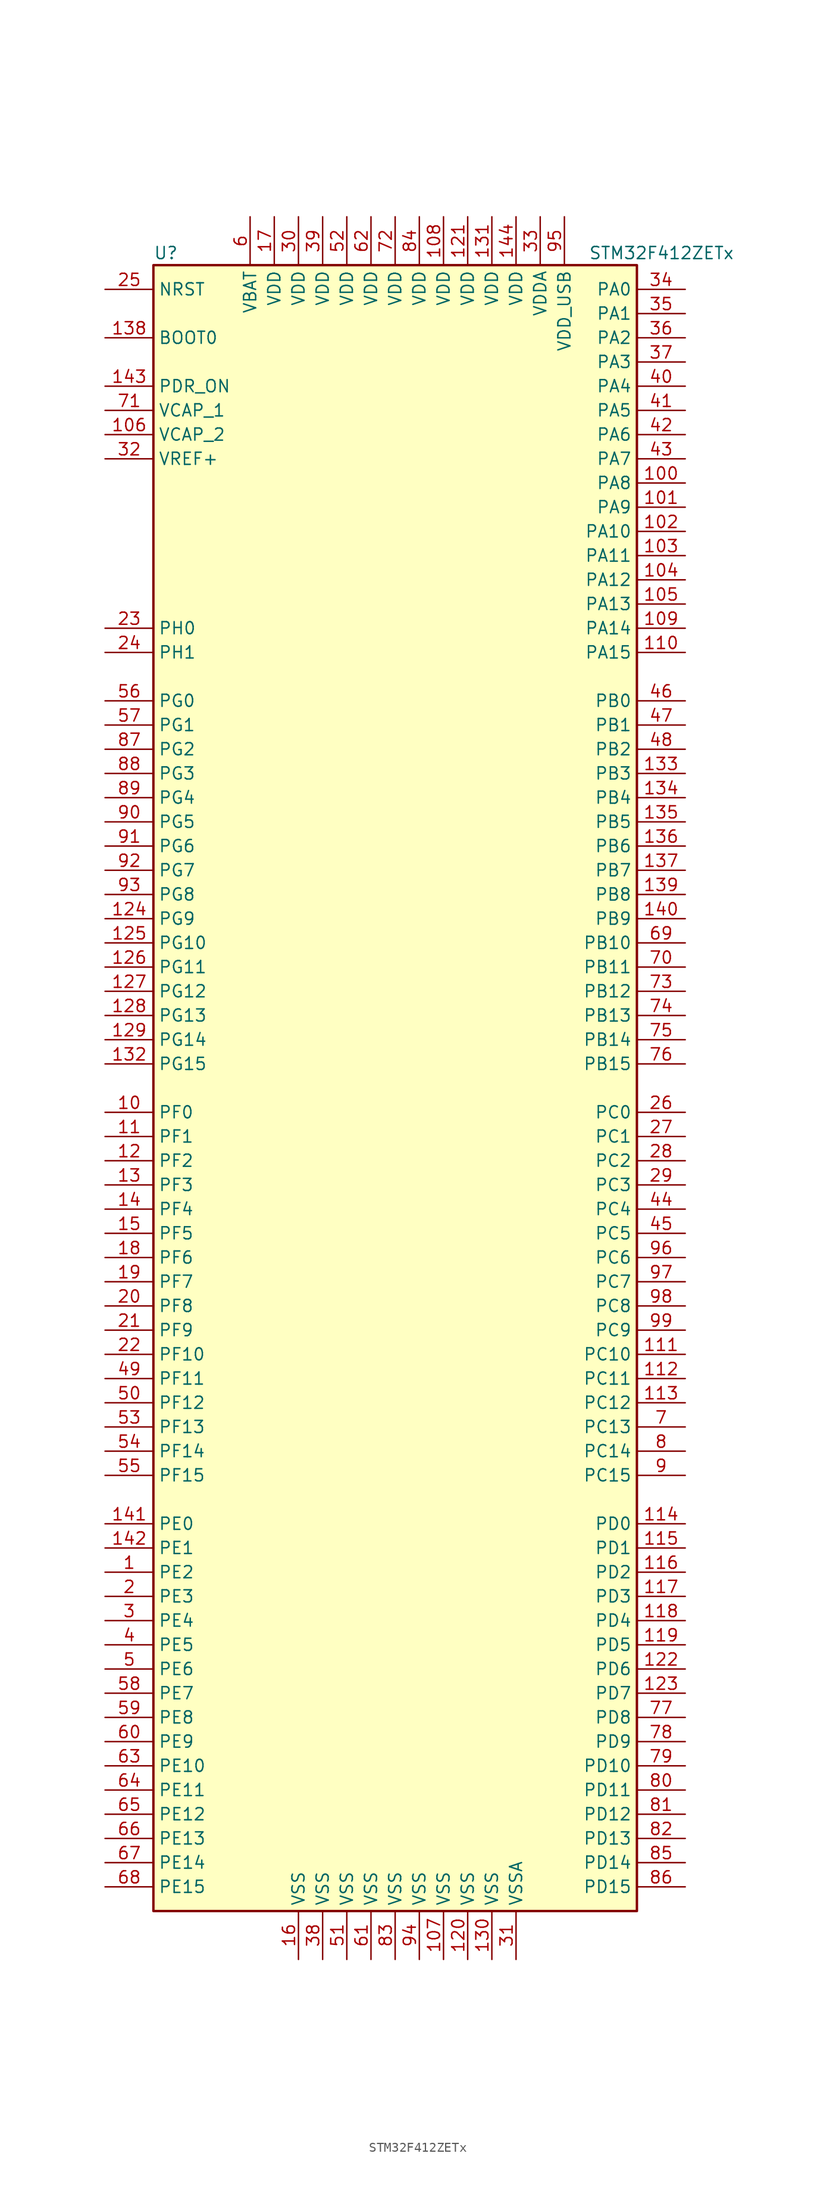
<source format=kicad_sym>
(kicad_symbol_lib
  (version 20201005)
  (generator kicad_symbol_editor)
  (symbol "STM32F412ZETx"
    (property "Reference" "U"
      (at -25.4 87.63 0)
      (effects (font (size 1.27 1.27)) (justify left)))
    (property "Value" "STM32F412ZETx"
      (at 20.32 87.63 0)
      (effects (font (size 1.27 1.27)) (justify left)))
    (symbol "STM32F412ZETx_0_1"
      (rectangle (start -25.4 -86.36) (end 25.4 86.36) (stroke (width 0.254)) (fill (type background))))
    (symbol "STM32F412ZETx_1_1"
      (pin bidirectional line (at -30.48 -50.8 0) (length 5.08) (name "PE2" (effects (font (size 1.27 1.27)))) (number "1" (effects (font (size 1.27 1.27)))))
      (pin bidirectional line (at -30.48 -2.54 0) (length 5.08) (name "PF0" (effects (font (size 1.27 1.27)))) (number "10" (effects (font (size 1.27 1.27)))))
      (pin bidirectional line (at 30.48 63.5 180) (length 5.08) (name "PA8" (effects (font (size 1.27 1.27)))) (number "100" (effects (font (size 1.27 1.27)))))
      (pin bidirectional line (at 30.48 60.96 180) (length 5.08) (name "PA9" (effects (font (size 1.27 1.27)))) (number "101" (effects (font (size 1.27 1.27)))))
      (pin bidirectional line (at 30.48 58.42 180) (length 5.08) (name "PA10" (effects (font (size 1.27 1.27)))) (number "102" (effects (font (size 1.27 1.27)))))
      (pin bidirectional line (at 30.48 55.88 180) (length 5.08) (name "PA11" (effects (font (size 1.27 1.27)))) (number "103" (effects (font (size 1.27 1.27)))))
      (pin bidirectional line (at 30.48 53.34 180) (length 5.08) (name "PA12" (effects (font (size 1.27 1.27)))) (number "104" (effects (font (size 1.27 1.27)))))
      (pin bidirectional line (at 30.48 50.8 180) (length 5.08) (name "PA13" (effects (font (size 1.27 1.27)))) (number "105" (effects (font (size 1.27 1.27)))))
      (pin power_in line (at -30.48 68.58 0) (length 5.08) (name "VCAP_2" (effects (font (size 1.27 1.27)))) (number "106" (effects (font (size 1.27 1.27)))))
      (pin power_in line (at 5.08 -91.44 90) (length 5.08) (name "VSS" (effects (font (size 1.27 1.27)))) (number "107" (effects (font (size 1.27 1.27)))))
      (pin power_in line (at 5.08 91.44 270) (length 5.08) (name "VDD" (effects (font (size 1.27 1.27)))) (number "108" (effects (font (size 1.27 1.27)))))
      (pin bidirectional line (at 30.48 48.26 180) (length 5.08) (name "PA14" (effects (font (size 1.27 1.27)))) (number "109" (effects (font (size 1.27 1.27)))))
      (pin bidirectional line (at -30.48 -5.08 0) (length 5.08) (name "PF1" (effects (font (size 1.27 1.27)))) (number "11" (effects (font (size 1.27 1.27)))))
      (pin bidirectional line (at 30.48 45.72 180) (length 5.08) (name "PA15" (effects (font (size 1.27 1.27)))) (number "110" (effects (font (size 1.27 1.27)))))
      (pin bidirectional line (at 30.48 -27.94 180) (length 5.08) (name "PC10" (effects (font (size 1.27 1.27)))) (number "111" (effects (font (size 1.27 1.27)))))
      (pin bidirectional line (at 30.48 -30.48 180) (length 5.08) (name "PC11" (effects (font (size 1.27 1.27)))) (number "112" (effects (font (size 1.27 1.27)))))
      (pin bidirectional line (at 30.48 -33.02 180) (length 5.08) (name "PC12" (effects (font (size 1.27 1.27)))) (number "113" (effects (font (size 1.27 1.27)))))
      (pin bidirectional line (at 30.48 -45.72 180) (length 5.08) (name "PD0" (effects (font (size 1.27 1.27)))) (number "114" (effects (font (size 1.27 1.27)))))
      (pin bidirectional line (at 30.48 -48.26 180) (length 5.08) (name "PD1" (effects (font (size 1.27 1.27)))) (number "115" (effects (font (size 1.27 1.27)))))
      (pin bidirectional line (at 30.48 -50.8 180) (length 5.08) (name "PD2" (effects (font (size 1.27 1.27)))) (number "116" (effects (font (size 1.27 1.27)))))
      (pin bidirectional line (at 30.48 -53.34 180) (length 5.08) (name "PD3" (effects (font (size 1.27 1.27)))) (number "117" (effects (font (size 1.27 1.27)))))
      (pin bidirectional line (at 30.48 -55.88 180) (length 5.08) (name "PD4" (effects (font (size 1.27 1.27)))) (number "118" (effects (font (size 1.27 1.27)))))
      (pin bidirectional line (at 30.48 -58.42 180) (length 5.08) (name "PD5" (effects (font (size 1.27 1.27)))) (number "119" (effects (font (size 1.27 1.27)))))
      (pin bidirectional line (at -30.48 -7.62 0) (length 5.08) (name "PF2" (effects (font (size 1.27 1.27)))) (number "12" (effects (font (size 1.27 1.27)))))
      (pin power_in line (at 7.62 -91.44 90) (length 5.08) (name "VSS" (effects (font (size 1.27 1.27)))) (number "120" (effects (font (size 1.27 1.27)))))
      (pin power_in line (at 7.62 91.44 270) (length 5.08) (name "VDD" (effects (font (size 1.27 1.27)))) (number "121" (effects (font (size 1.27 1.27)))))
      (pin bidirectional line (at 30.48 -60.96 180) (length 5.08) (name "PD6" (effects (font (size 1.27 1.27)))) (number "122" (effects (font (size 1.27 1.27)))))
      (pin bidirectional line (at 30.48 -63.5 180) (length 5.08) (name "PD7" (effects (font (size 1.27 1.27)))) (number "123" (effects (font (size 1.27 1.27)))))
      (pin bidirectional line (at -30.48 17.78 0) (length 5.08) (name "PG9" (effects (font (size 1.27 1.27)))) (number "124" (effects (font (size 1.27 1.27)))))
      (pin bidirectional line (at -30.48 15.24 0) (length 5.08) (name "PG10" (effects (font (size 1.27 1.27)))) (number "125" (effects (font (size 1.27 1.27)))))
      (pin bidirectional line (at -30.48 12.7 0) (length 5.08) (name "PG11" (effects (font (size 1.27 1.27)))) (number "126" (effects (font (size 1.27 1.27)))))
      (pin bidirectional line (at -30.48 10.16 0) (length 5.08) (name "PG12" (effects (font (size 1.27 1.27)))) (number "127" (effects (font (size 1.27 1.27)))))
      (pin bidirectional line (at -30.48 7.62 0) (length 5.08) (name "PG13" (effects (font (size 1.27 1.27)))) (number "128" (effects (font (size 1.27 1.27)))))
      (pin bidirectional line (at -30.48 5.08 0) (length 5.08) (name "PG14" (effects (font (size 1.27 1.27)))) (number "129" (effects (font (size 1.27 1.27)))))
      (pin bidirectional line (at -30.48 -10.16 0) (length 5.08) (name "PF3" (effects (font (size 1.27 1.27)))) (number "13" (effects (font (size 1.27 1.27)))))
      (pin power_in line (at 10.16 -91.44 90) (length 5.08) (name "VSS" (effects (font (size 1.27 1.27)))) (number "130" (effects (font (size 1.27 1.27)))))
      (pin power_in line (at 10.16 91.44 270) (length 5.08) (name "VDD" (effects (font (size 1.27 1.27)))) (number "131" (effects (font (size 1.27 1.27)))))
      (pin bidirectional line (at -30.48 2.54 0) (length 5.08) (name "PG15" (effects (font (size 1.27 1.27)))) (number "132" (effects (font (size 1.27 1.27)))))
      (pin bidirectional line (at 30.48 33.02 180) (length 5.08) (name "PB3" (effects (font (size 1.27 1.27)))) (number "133" (effects (font (size 1.27 1.27)))))
      (pin bidirectional line (at 30.48 30.48 180) (length 5.08) (name "PB4" (effects (font (size 1.27 1.27)))) (number "134" (effects (font (size 1.27 1.27)))))
      (pin bidirectional line (at 30.48 27.94 180) (length 5.08) (name "PB5" (effects (font (size 1.27 1.27)))) (number "135" (effects (font (size 1.27 1.27)))))
      (pin bidirectional line (at 30.48 25.4 180) (length 5.08) (name "PB6" (effects (font (size 1.27 1.27)))) (number "136" (effects (font (size 1.27 1.27)))))
      (pin bidirectional line (at 30.48 22.86 180) (length 5.08) (name "PB7" (effects (font (size 1.27 1.27)))) (number "137" (effects (font (size 1.27 1.27)))))
      (pin input line (at -30.48 78.74 0) (length 5.08) (name "BOOT0" (effects (font (size 1.27 1.27)))) (number "138" (effects (font (size 1.27 1.27)))))
      (pin bidirectional line (at 30.48 20.32 180) (length 5.08) (name "PB8" (effects (font (size 1.27 1.27)))) (number "139" (effects (font (size 1.27 1.27)))))
      (pin bidirectional line (at -30.48 -12.7 0) (length 5.08) (name "PF4" (effects (font (size 1.27 1.27)))) (number "14" (effects (font (size 1.27 1.27)))))
      (pin bidirectional line (at 30.48 17.78 180) (length 5.08) (name "PB9" (effects (font (size 1.27 1.27)))) (number "140" (effects (font (size 1.27 1.27)))))
      (pin bidirectional line (at -30.48 -45.72 0) (length 5.08) (name "PE0" (effects (font (size 1.27 1.27)))) (number "141" (effects (font (size 1.27 1.27)))))
      (pin bidirectional line (at -30.48 -48.26 0) (length 5.08) (name "PE1" (effects (font (size 1.27 1.27)))) (number "142" (effects (font (size 1.27 1.27)))))
      (pin power_in line (at -30.48 73.66 0) (length 5.08) (name "PDR_ON" (effects (font (size 1.27 1.27)))) (number "143" (effects (font (size 1.27 1.27)))))
      (pin power_in line (at 12.7 91.44 270) (length 5.08) (name "VDD" (effects (font (size 1.27 1.27)))) (number "144" (effects (font (size 1.27 1.27)))))
      (pin bidirectional line (at -30.48 -15.24 0) (length 5.08) (name "PF5" (effects (font (size 1.27 1.27)))) (number "15" (effects (font (size 1.27 1.27)))))
      (pin power_in line (at -10.16 -91.44 90) (length 5.08) (name "VSS" (effects (font (size 1.27 1.27)))) (number "16" (effects (font (size 1.27 1.27)))))
      (pin power_in line (at -12.7 91.44 270) (length 5.08) (name "VDD" (effects (font (size 1.27 1.27)))) (number "17" (effects (font (size 1.27 1.27)))))
      (pin bidirectional line (at -30.48 -17.78 0) (length 5.08) (name "PF6" (effects (font (size 1.27 1.27)))) (number "18" (effects (font (size 1.27 1.27)))))
      (pin bidirectional line (at -30.48 -20.32 0) (length 5.08) (name "PF7" (effects (font (size 1.27 1.27)))) (number "19" (effects (font (size 1.27 1.27)))))
      (pin bidirectional line (at -30.48 -53.34 0) (length 5.08) (name "PE3" (effects (font (size 1.27 1.27)))) (number "2" (effects (font (size 1.27 1.27)))))
      (pin bidirectional line (at -30.48 -22.86 0) (length 5.08) (name "PF8" (effects (font (size 1.27 1.27)))) (number "20" (effects (font (size 1.27 1.27)))))
      (pin bidirectional line (at -30.48 -25.4 0) (length 5.08) (name "PF9" (effects (font (size 1.27 1.27)))) (number "21" (effects (font (size 1.27 1.27)))))
      (pin bidirectional line (at -30.48 -27.94 0) (length 5.08) (name "PF10" (effects (font (size 1.27 1.27)))) (number "22" (effects (font (size 1.27 1.27)))))
      (pin input line (at -30.48 48.26 0) (length 5.08) (name "PH0" (effects (font (size 1.27 1.27)))) (number "23" (effects (font (size 1.27 1.27)))))
      (pin input line (at -30.48 45.72 0) (length 5.08) (name "PH1" (effects (font (size 1.27 1.27)))) (number "24" (effects (font (size 1.27 1.27)))))
      (pin input line (at -30.48 83.82 0) (length 5.08) (name "NRST" (effects (font (size 1.27 1.27)))) (number "25" (effects (font (size 1.27 1.27)))))
      (pin bidirectional line (at 30.48 -2.54 180) (length 5.08) (name "PC0" (effects (font (size 1.27 1.27)))) (number "26" (effects (font (size 1.27 1.27)))))
      (pin bidirectional line (at 30.48 -5.08 180) (length 5.08) (name "PC1" (effects (font (size 1.27 1.27)))) (number "27" (effects (font (size 1.27 1.27)))))
      (pin bidirectional line (at 30.48 -7.62 180) (length 5.08) (name "PC2" (effects (font (size 1.27 1.27)))) (number "28" (effects (font (size 1.27 1.27)))))
      (pin bidirectional line (at 30.48 -10.16 180) (length 5.08) (name "PC3" (effects (font (size 1.27 1.27)))) (number "29" (effects (font (size 1.27 1.27)))))
      (pin bidirectional line (at -30.48 -55.88 0) (length 5.08) (name "PE4" (effects (font (size 1.27 1.27)))) (number "3" (effects (font (size 1.27 1.27)))))
      (pin power_in line (at -10.16 91.44 270) (length 5.08) (name "VDD" (effects (font (size 1.27 1.27)))) (number "30" (effects (font (size 1.27 1.27)))))
      (pin power_in line (at 12.7 -91.44 90) (length 5.08) (name "VSSA" (effects (font (size 1.27 1.27)))) (number "31" (effects (font (size 1.27 1.27)))))
      (pin power_in line (at -30.48 66.04 0) (length 5.08) (name "VREF+" (effects (font (size 1.27 1.27)))) (number "32" (effects (font (size 1.27 1.27)))))
      (pin power_in line (at 15.24 91.44 270) (length 5.08) (name "VDDA" (effects (font (size 1.27 1.27)))) (number "33" (effects (font (size 1.27 1.27)))))
      (pin bidirectional line (at 30.48 83.82 180) (length 5.08) (name "PA0" (effects (font (size 1.27 1.27)))) (number "34" (effects (font (size 1.27 1.27)))))
      (pin bidirectional line (at 30.48 81.28 180) (length 5.08) (name "PA1" (effects (font (size 1.27 1.27)))) (number "35" (effects (font (size 1.27 1.27)))))
      (pin bidirectional line (at 30.48 78.74 180) (length 5.08) (name "PA2" (effects (font (size 1.27 1.27)))) (number "36" (effects (font (size 1.27 1.27)))))
      (pin bidirectional line (at 30.48 76.2 180) (length 5.08) (name "PA3" (effects (font (size 1.27 1.27)))) (number "37" (effects (font (size 1.27 1.27)))))
      (pin power_in line (at -7.62 -91.44 90) (length 5.08) (name "VSS" (effects (font (size 1.27 1.27)))) (number "38" (effects (font (size 1.27 1.27)))))
      (pin power_in line (at -7.62 91.44 270) (length 5.08) (name "VDD" (effects (font (size 1.27 1.27)))) (number "39" (effects (font (size 1.27 1.27)))))
      (pin bidirectional line (at -30.48 -58.42 0) (length 5.08) (name "PE5" (effects (font (size 1.27 1.27)))) (number "4" (effects (font (size 1.27 1.27)))))
      (pin bidirectional line (at 30.48 73.66 180) (length 5.08) (name "PA4" (effects (font (size 1.27 1.27)))) (number "40" (effects (font (size 1.27 1.27)))))
      (pin bidirectional line (at 30.48 71.12 180) (length 5.08) (name "PA5" (effects (font (size 1.27 1.27)))) (number "41" (effects (font (size 1.27 1.27)))))
      (pin bidirectional line (at 30.48 68.58 180) (length 5.08) (name "PA6" (effects (font (size 1.27 1.27)))) (number "42" (effects (font (size 1.27 1.27)))))
      (pin bidirectional line (at 30.48 66.04 180) (length 5.08) (name "PA7" (effects (font (size 1.27 1.27)))) (number "43" (effects (font (size 1.27 1.27)))))
      (pin bidirectional line (at 30.48 -12.7 180) (length 5.08) (name "PC4" (effects (font (size 1.27 1.27)))) (number "44" (effects (font (size 1.27 1.27)))))
      (pin bidirectional line (at 30.48 -15.24 180) (length 5.08) (name "PC5" (effects (font (size 1.27 1.27)))) (number "45" (effects (font (size 1.27 1.27)))))
      (pin bidirectional line (at 30.48 40.64 180) (length 5.08) (name "PB0" (effects (font (size 1.27 1.27)))) (number "46" (effects (font (size 1.27 1.27)))))
      (pin bidirectional line (at 30.48 38.1 180) (length 5.08) (name "PB1" (effects (font (size 1.27 1.27)))) (number "47" (effects (font (size 1.27 1.27)))))
      (pin bidirectional line (at 30.48 35.56 180) (length 5.08) (name "PB2" (effects (font (size 1.27 1.27)))) (number "48" (effects (font (size 1.27 1.27)))))
      (pin bidirectional line (at -30.48 -30.48 0) (length 5.08) (name "PF11" (effects (font (size 1.27 1.27)))) (number "49" (effects (font (size 1.27 1.27)))))
      (pin bidirectional line (at -30.48 -60.96 0) (length 5.08) (name "PE6" (effects (font (size 1.27 1.27)))) (number "5" (effects (font (size 1.27 1.27)))))
      (pin bidirectional line (at -30.48 -33.02 0) (length 5.08) (name "PF12" (effects (font (size 1.27 1.27)))) (number "50" (effects (font (size 1.27 1.27)))))
      (pin power_in line (at -5.08 -91.44 90) (length 5.08) (name "VSS" (effects (font (size 1.27 1.27)))) (number "51" (effects (font (size 1.27 1.27)))))
      (pin power_in line (at -5.08 91.44 270) (length 5.08) (name "VDD" (effects (font (size 1.27 1.27)))) (number "52" (effects (font (size 1.27 1.27)))))
      (pin bidirectional line (at -30.48 -35.56 0) (length 5.08) (name "PF13" (effects (font (size 1.27 1.27)))) (number "53" (effects (font (size 1.27 1.27)))))
      (pin bidirectional line (at -30.48 -38.1 0) (length 5.08) (name "PF14" (effects (font (size 1.27 1.27)))) (number "54" (effects (font (size 1.27 1.27)))))
      (pin bidirectional line (at -30.48 -40.64 0) (length 5.08) (name "PF15" (effects (font (size 1.27 1.27)))) (number "55" (effects (font (size 1.27 1.27)))))
      (pin bidirectional line (at -30.48 40.64 0) (length 5.08) (name "PG0" (effects (font (size 1.27 1.27)))) (number "56" (effects (font (size 1.27 1.27)))))
      (pin bidirectional line (at -30.48 38.1 0) (length 5.08) (name "PG1" (effects (font (size 1.27 1.27)))) (number "57" (effects (font (size 1.27 1.27)))))
      (pin bidirectional line (at -30.48 -63.5 0) (length 5.08) (name "PE7" (effects (font (size 1.27 1.27)))) (number "58" (effects (font (size 1.27 1.27)))))
      (pin bidirectional line (at -30.48 -66.04 0) (length 5.08) (name "PE8" (effects (font (size 1.27 1.27)))) (number "59" (effects (font (size 1.27 1.27)))))
      (pin power_in line (at -15.24 91.44 270) (length 5.08) (name "VBAT" (effects (font (size 1.27 1.27)))) (number "6" (effects (font (size 1.27 1.27)))))
      (pin bidirectional line (at -30.48 -68.58 0) (length 5.08) (name "PE9" (effects (font (size 1.27 1.27)))) (number "60" (effects (font (size 1.27 1.27)))))
      (pin power_in line (at -2.54 -91.44 90) (length 5.08) (name "VSS" (effects (font (size 1.27 1.27)))) (number "61" (effects (font (size 1.27 1.27)))))
      (pin power_in line (at -2.54 91.44 270) (length 5.08) (name "VDD" (effects (font (size 1.27 1.27)))) (number "62" (effects (font (size 1.27 1.27)))))
      (pin bidirectional line (at -30.48 -71.12 0) (length 5.08) (name "PE10" (effects (font (size 1.27 1.27)))) (number "63" (effects (font (size 1.27 1.27)))))
      (pin bidirectional line (at -30.48 -73.66 0) (length 5.08) (name "PE11" (effects (font (size 1.27 1.27)))) (number "64" (effects (font (size 1.27 1.27)))))
      (pin bidirectional line (at -30.48 -76.2 0) (length 5.08) (name "PE12" (effects (font (size 1.27 1.27)))) (number "65" (effects (font (size 1.27 1.27)))))
      (pin bidirectional line (at -30.48 -78.74 0) (length 5.08) (name "PE13" (effects (font (size 1.27 1.27)))) (number "66" (effects (font (size 1.27 1.27)))))
      (pin bidirectional line (at -30.48 -81.28 0) (length 5.08) (name "PE14" (effects (font (size 1.27 1.27)))) (number "67" (effects (font (size 1.27 1.27)))))
      (pin bidirectional line (at -30.48 -83.82 0) (length 5.08) (name "PE15" (effects (font (size 1.27 1.27)))) (number "68" (effects (font (size 1.27 1.27)))))
      (pin bidirectional line (at 30.48 15.24 180) (length 5.08) (name "PB10" (effects (font (size 1.27 1.27)))) (number "69" (effects (font (size 1.27 1.27)))))
      (pin bidirectional line (at 30.48 -35.56 180) (length 5.08) (name "PC13" (effects (font (size 1.27 1.27)))) (number "7" (effects (font (size 1.27 1.27)))))
      (pin bidirectional line (at 30.48 12.7 180) (length 5.08) (name "PB11" (effects (font (size 1.27 1.27)))) (number "70" (effects (font (size 1.27 1.27)))))
      (pin power_in line (at -30.48 71.12 0) (length 5.08) (name "VCAP_1" (effects (font (size 1.27 1.27)))) (number "71" (effects (font (size 1.27 1.27)))))
      (pin power_in line (at 0 91.44 270) (length 5.08) (name "VDD" (effects (font (size 1.27 1.27)))) (number "72" (effects (font (size 1.27 1.27)))))
      (pin bidirectional line (at 30.48 10.16 180) (length 5.08) (name "PB12" (effects (font (size 1.27 1.27)))) (number "73" (effects (font (size 1.27 1.27)))))
      (pin bidirectional line (at 30.48 7.62 180) (length 5.08) (name "PB13" (effects (font (size 1.27 1.27)))) (number "74" (effects (font (size 1.27 1.27)))))
      (pin bidirectional line (at 30.48 5.08 180) (length 5.08) (name "PB14" (effects (font (size 1.27 1.27)))) (number "75" (effects (font (size 1.27 1.27)))))
      (pin bidirectional line (at 30.48 2.54 180) (length 5.08) (name "PB15" (effects (font (size 1.27 1.27)))) (number "76" (effects (font (size 1.27 1.27)))))
      (pin bidirectional line (at 30.48 -66.04 180) (length 5.08) (name "PD8" (effects (font (size 1.27 1.27)))) (number "77" (effects (font (size 1.27 1.27)))))
      (pin bidirectional line (at 30.48 -68.58 180) (length 5.08) (name "PD9" (effects (font (size 1.27 1.27)))) (number "78" (effects (font (size 1.27 1.27)))))
      (pin bidirectional line (at 30.48 -71.12 180) (length 5.08) (name "PD10" (effects (font (size 1.27 1.27)))) (number "79" (effects (font (size 1.27 1.27)))))
      (pin bidirectional line (at 30.48 -38.1 180) (length 5.08) (name "PC14" (effects (font (size 1.27 1.27)))) (number "8" (effects (font (size 1.27 1.27)))))
      (pin bidirectional line (at 30.48 -73.66 180) (length 5.08) (name "PD11" (effects (font (size 1.27 1.27)))) (number "80" (effects (font (size 1.27 1.27)))))
      (pin bidirectional line (at 30.48 -76.2 180) (length 5.08) (name "PD12" (effects (font (size 1.27 1.27)))) (number "81" (effects (font (size 1.27 1.27)))))
      (pin bidirectional line (at 30.48 -78.74 180) (length 5.08) (name "PD13" (effects (font (size 1.27 1.27)))) (number "82" (effects (font (size 1.27 1.27)))))
      (pin power_in line (at 0 -91.44 90) (length 5.08) (name "VSS" (effects (font (size 1.27 1.27)))) (number "83" (effects (font (size 1.27 1.27)))))
      (pin power_in line (at 2.54 91.44 270) (length 5.08) (name "VDD" (effects (font (size 1.27 1.27)))) (number "84" (effects (font (size 1.27 1.27)))))
      (pin bidirectional line (at 30.48 -81.28 180) (length 5.08) (name "PD14" (effects (font (size 1.27 1.27)))) (number "85" (effects (font (size 1.27 1.27)))))
      (pin bidirectional line (at 30.48 -83.82 180) (length 5.08) (name "PD15" (effects (font (size 1.27 1.27)))) (number "86" (effects (font (size 1.27 1.27)))))
      (pin bidirectional line (at -30.48 35.56 0) (length 5.08) (name "PG2" (effects (font (size 1.27 1.27)))) (number "87" (effects (font (size 1.27 1.27)))))
      (pin bidirectional line (at -30.48 33.02 0) (length 5.08) (name "PG3" (effects (font (size 1.27 1.27)))) (number "88" (effects (font (size 1.27 1.27)))))
      (pin bidirectional line (at -30.48 30.48 0) (length 5.08) (name "PG4" (effects (font (size 1.27 1.27)))) (number "89" (effects (font (size 1.27 1.27)))))
      (pin bidirectional line (at 30.48 -40.64 180) (length 5.08) (name "PC15" (effects (font (size 1.27 1.27)))) (number "9" (effects (font (size 1.27 1.27)))))
      (pin bidirectional line (at -30.48 27.94 0) (length 5.08) (name "PG5" (effects (font (size 1.27 1.27)))) (number "90" (effects (font (size 1.27 1.27)))))
      (pin bidirectional line (at -30.48 25.4 0) (length 5.08) (name "PG6" (effects (font (size 1.27 1.27)))) (number "91" (effects (font (size 1.27 1.27)))))
      (pin bidirectional line (at -30.48 22.86 0) (length 5.08) (name "PG7" (effects (font (size 1.27 1.27)))) (number "92" (effects (font (size 1.27 1.27)))))
      (pin bidirectional line (at -30.48 20.32 0) (length 5.08) (name "PG8" (effects (font (size 1.27 1.27)))) (number "93" (effects (font (size 1.27 1.27)))))
      (pin power_in line (at 2.54 -91.44 90) (length 5.08) (name "VSS" (effects (font (size 1.27 1.27)))) (number "94" (effects (font (size 1.27 1.27)))))
      (pin power_in line (at 17.78 91.44 270) (length 5.08) (name "VDD_USB" (effects (font (size 1.27 1.27)))) (number "95" (effects (font (size 1.27 1.27)))))
      (pin bidirectional line (at 30.48 -17.78 180) (length 5.08) (name "PC6" (effects (font (size 1.27 1.27)))) (number "96" (effects (font (size 1.27 1.27)))))
      (pin bidirectional line (at 30.48 -20.32 180) (length 5.08) (name "PC7" (effects (font (size 1.27 1.27)))) (number "97" (effects (font (size 1.27 1.27)))))
      (pin bidirectional line (at 30.48 -22.86 180) (length 5.08) (name "PC8" (effects (font (size 1.27 1.27)))) (number "98" (effects (font (size 1.27 1.27)))))
      (pin bidirectional line (at 30.48 -25.4 180) (length 5.08) (name "PC9" (effects (font (size 1.27 1.27)))) (number "99" (effects (font (size 1.27 1.27))))))))
</source>
